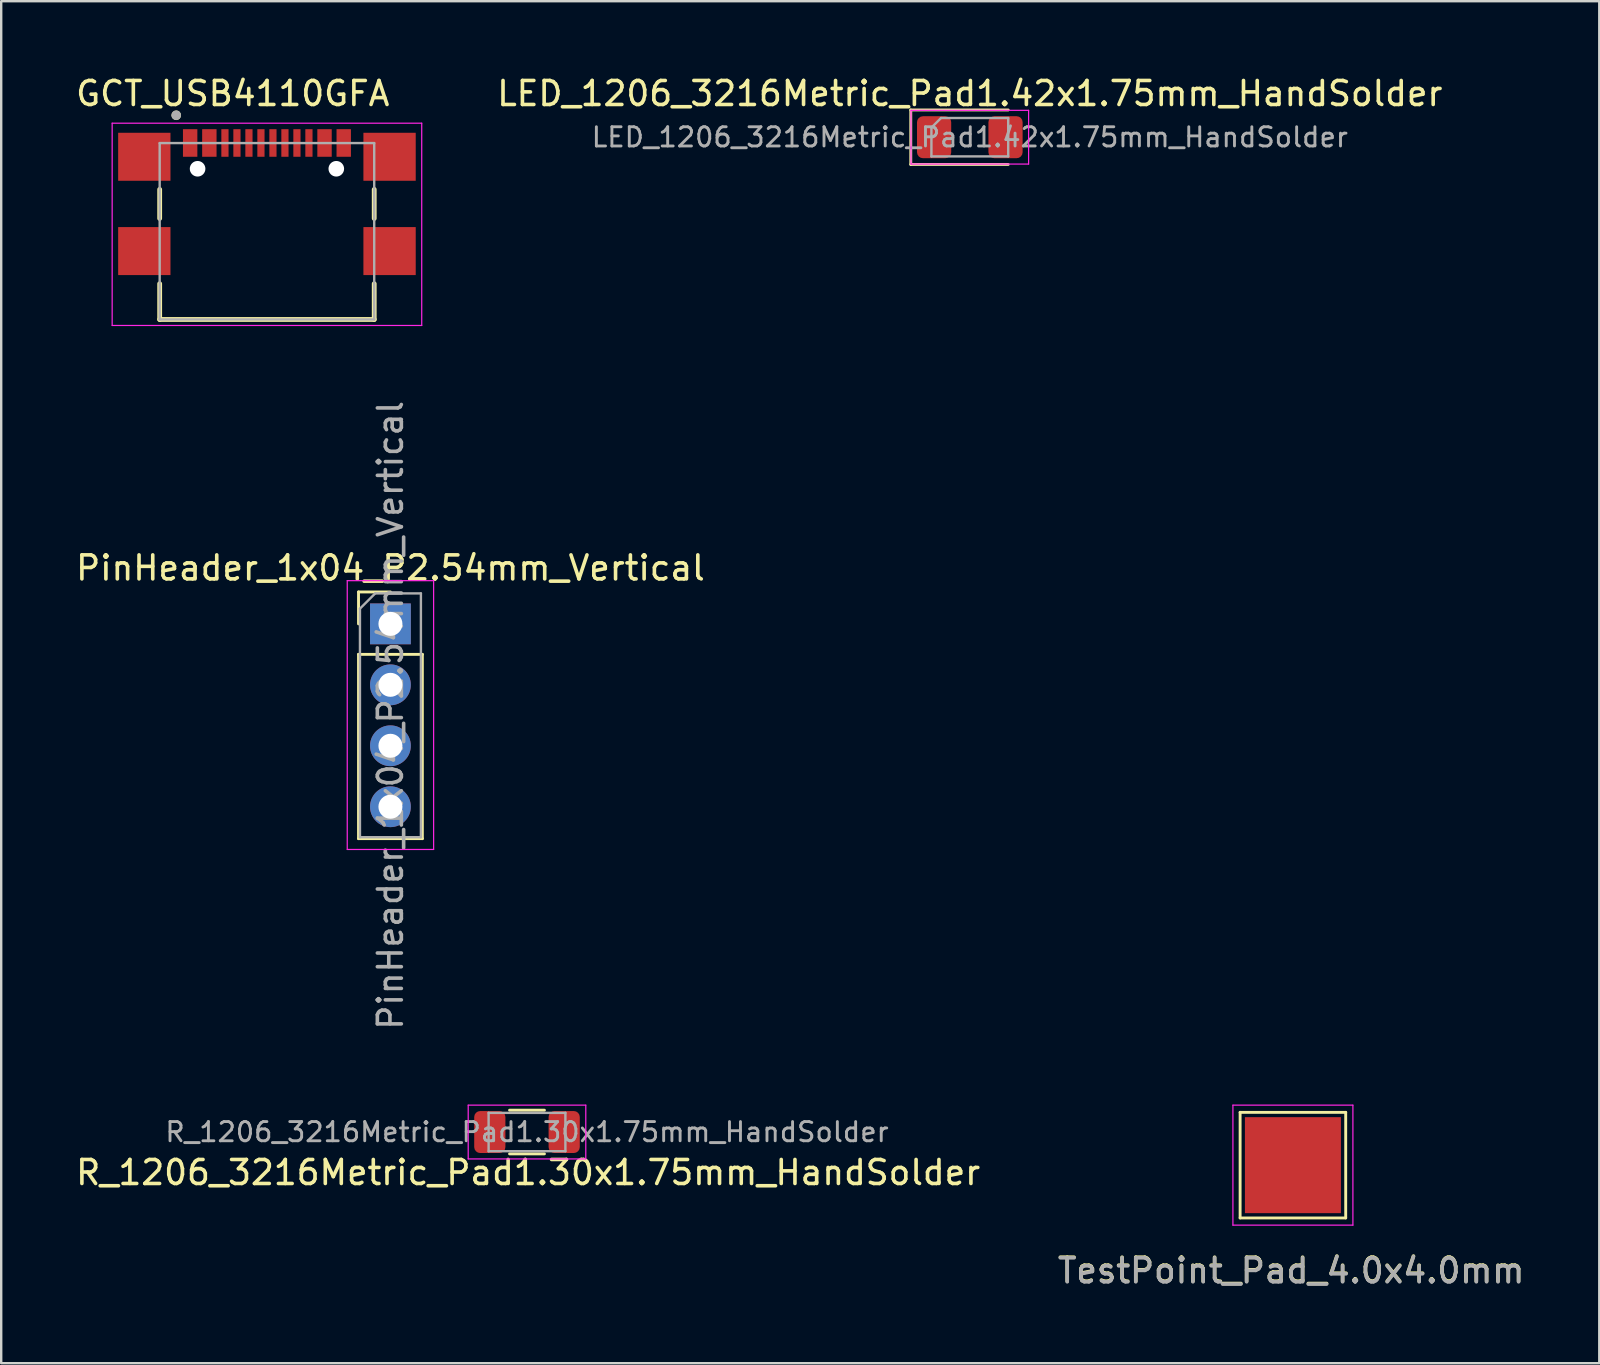
<source format=kicad_pcb>
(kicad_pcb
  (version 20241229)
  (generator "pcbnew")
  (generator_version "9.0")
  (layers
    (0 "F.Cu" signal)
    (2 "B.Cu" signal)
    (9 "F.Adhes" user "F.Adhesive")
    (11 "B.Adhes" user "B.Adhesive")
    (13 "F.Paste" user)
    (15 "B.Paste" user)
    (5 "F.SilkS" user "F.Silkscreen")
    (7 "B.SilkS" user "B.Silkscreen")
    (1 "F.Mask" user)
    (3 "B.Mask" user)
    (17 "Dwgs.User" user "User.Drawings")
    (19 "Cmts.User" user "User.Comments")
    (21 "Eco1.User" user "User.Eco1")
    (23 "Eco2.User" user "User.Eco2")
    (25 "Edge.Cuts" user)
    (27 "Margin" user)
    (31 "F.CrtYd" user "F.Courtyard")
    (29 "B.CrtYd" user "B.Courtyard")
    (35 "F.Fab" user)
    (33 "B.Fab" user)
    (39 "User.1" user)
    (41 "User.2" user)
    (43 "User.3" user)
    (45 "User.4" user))
  (footprint "GCT_USB4110GFA"
    (layer "F.Cu")
    (at 8.074 3.983)
    (property "Reference" "GCT_USB4110GFA" (at -1.425 -3.135 0) (layer "F.SilkS") (effects (font (size 1 1) (thickness 0.15))))
    (attr smd)
    (fp_line (start -4.47 0.86) (end -4.47 2.07) (stroke (width 0.2) (type solid)) (layer "F.SilkS"))
    (fp_line (start -4.47 4.79) (end -4.47 6.28) (stroke (width 0.2) (type solid)) (layer "F.SilkS"))
    (fp_line (start -4.47 6.28) (end 4.47 6.28) (stroke (width 0.2) (type solid)) (layer "F.SilkS"))
    (fp_line (start 4.47 0.86) (end 4.47 2.07) (stroke (width 0.2) (type solid)) (layer "F.SilkS"))
    (fp_line (start 4.47 6.28) (end 4.47 4.79) (stroke (width 0.2) (type solid)) (layer "F.SilkS"))
    (fp_circle (center -3.78 -2.23) (end -3.68 -2.23) (stroke (width 0.2) (type solid)) (fill no) (layer "F.SilkS"))
    (fp_line (start -6.45 -1.9) (end 6.45 -1.9) (stroke (width 0.05) (type solid)) (layer "F.CrtYd"))
    (fp_line (start -6.45 6.53) (end -6.45 -1.9) (stroke (width 0.05) (type solid)) (layer "F.CrtYd"))
    (fp_line (start 6.45 -1.9) (end 6.45 6.53) (stroke (width 0.05) (type solid)) (layer "F.CrtYd"))
    (fp_line (start 6.45 6.53) (end -6.45 6.53) (stroke (width 0.05) (type solid)) (layer "F.CrtYd"))
    (fp_line (start -4.47 -1.07) (end -4.47 6.28) (stroke (width 0.1) (type solid)) (layer "F.Fab"))
    (fp_line (start -4.47 6.28) (end 4.47 6.28) (stroke (width 0.1) (type solid)) (layer "F.Fab"))
    (fp_line (start 4.47 -1.07) (end -4.47 -1.07) (stroke (width 0.1) (type solid)) (layer "F.Fab"))
    (fp_line (start 4.47 6.28) (end 4.47 -1.07) (stroke (width 0.1) (type solid)) (layer "F.Fab"))
    (fp_circle (center -3.78 -2.23) (end -3.68 -2.23) (stroke (width 0.2) (type solid)) (fill no) (layer "F.Fab"))
    (pad "" np_thru_hole circle (at -2.89 0) (size 0.65 0.65) (drill 0.65) (layers "*.Cu" "*.Mask"))
    (pad "" np_thru_hole circle (at 2.89 0) (size 0.65 0.65) (drill 0.65) (layers "*.Cu" "*.Mask"))
    (pad "A1/B12" smd rect (at -3.2 -1.075) (size 0.6 1.15) (layers "F.Cu" "F.Mask" "F.Paste"))
    (pad "A4/B9" smd rect (at -2.4 -1.075) (size 0.6 1.15) (layers "F.Cu" "F.Mask" "F.Paste"))
    (pad "A5" smd rect (at -1.25 -1.075) (size 0.3 1.15) (layers "F.Cu" "F.Mask" "F.Paste"))
    (pad "A6" smd rect (at -0.25 -1.075) (size 0.3 1.15) (layers "F.Cu" "F.Mask" "F.Paste"))
    (pad "A7" smd rect (at 0.25 -1.075) (size 0.3 1.15) (layers "F.Cu" "F.Mask" "F.Paste"))
    (pad "A8" smd rect (at 1.25 -1.075) (size 0.3 1.15) (layers "F.Cu" "F.Mask" "F.Paste"))
    (pad "B1/A12" smd rect (at 3.2 -1.075) (size 0.6 1.15) (layers "F.Cu" "F.Mask" "F.Paste"))
    (pad "B4/A9" smd rect (at 2.4 -1.075) (size 0.6 1.15) (layers "F.Cu" "F.Mask" "F.Paste"))
    (pad "B5" smd rect (at 1.75 -1.075) (size 0.3 1.15) (layers "F.Cu" "F.Mask" "F.Paste"))
    (pad "B6" smd rect (at 0.75 -1.075) (size 0.3 1.15) (layers "F.Cu" "F.Mask" "F.Paste"))
    (pad "B7" smd rect (at -0.75 -1.075) (size 0.3 1.15) (layers "F.Cu" "F.Mask" "F.Paste"))
    (pad "B8" smd rect (at -1.75 -1.075) (size 0.3 1.15) (layers "F.Cu" "F.Mask" "F.Paste"))
    (pad "S1" smd rect (at -5.11 -0.5) (size 2.18 2) (layers "F.Cu" "F.Mask" "F.Paste"))
    (pad "S2" smd rect (at 5.11 -0.5) (size 2.18 2) (layers "F.Cu" "F.Mask" "F.Paste"))
    (pad "S3" smd rect (at -5.11 3.43) (size 2.18 2) (layers "F.Cu" "F.Mask" "F.Paste"))
    (pad "S4" smd rect (at 5.11 3.43) (size 2.18 2) (layers "F.Cu" "F.Mask" "F.Paste")))
  (footprint "PinHeader_1x04_P2.54mm_Vertical"
    (layer "F.Cu")
    (at 13.22 22.948)
    (property "Reference" "PinHeader_1x04_P2.54mm_Vertical" (at 0 -2.33 0) (layer "F.SilkS") (effects (font (size 1 1) (thickness 0.15))))
    (attr through_hole)
    (fp_line (start -1.33 -1.33) (end 0 -1.33) (stroke (width 0.12) (type solid)) (layer "F.SilkS"))
    (fp_line (start -1.33 0) (end -1.33 -1.33) (stroke (width 0.12) (type solid)) (layer "F.SilkS"))
    (fp_line (start -1.33 1.27) (end -1.33 8.95) (stroke (width 0.12) (type solid)) (layer "F.SilkS"))
    (fp_line (start -1.33 1.27) (end 1.33 1.27) (stroke (width 0.12) (type solid)) (layer "F.SilkS"))
    (fp_line (start -1.33 8.95) (end 1.33 8.95) (stroke (width 0.12) (type solid)) (layer "F.SilkS"))
    (fp_line (start 1.33 1.27) (end 1.33 8.95) (stroke (width 0.12) (type solid)) (layer "F.SilkS"))
    (fp_line (start -1.8 -1.8) (end -1.8 9.4) (stroke (width 0.05) (type solid)) (layer "F.CrtYd"))
    (fp_line (start -1.8 9.4) (end 1.8 9.4) (stroke (width 0.05) (type solid)) (layer "F.CrtYd"))
    (fp_line (start 1.8 -1.8) (end -1.8 -1.8) (stroke (width 0.05) (type solid)) (layer "F.CrtYd"))
    (fp_line (start 1.8 9.4) (end 1.8 -1.8) (stroke (width 0.05) (type solid)) (layer "F.CrtYd"))
    (fp_line (start -1.27 -0.635) (end -0.635 -1.27) (stroke (width 0.1) (type solid)) (layer "F.Fab"))
    (fp_line (start -1.27 8.89) (end -1.27 -0.635) (stroke (width 0.1) (type solid)) (layer "F.Fab"))
    (fp_line (start -0.635 -1.27) (end 1.27 -1.27) (stroke (width 0.1) (type solid)) (layer "F.Fab"))
    (fp_line (start 1.27 -1.27) (end 1.27 8.89) (stroke (width 0.1) (type solid)) (layer "F.Fab"))
    (fp_line (start 1.27 8.89) (end -1.27 8.89) (stroke (width 0.1) (type solid)) (layer "F.Fab"))
    (fp_text user "${REFERENCE}" (at 0 3.81 270) (layer "F.Fab") (effects (font (size 1 1) (thickness 0.15))))
    (pad "1" thru_hole rect (at 0 0) (size 1.7 1.7) (drill 1) (layers "*.Cu" "*.Mask"))
    (pad "2" thru_hole oval (at 0 2.54) (size 1.7 1.7) (drill 1) (layers "*.Cu" "*.Mask"))
    (pad "3" thru_hole oval (at 0 5.08) (size 1.7 1.7) (drill 1) (layers "*.Cu" "*.Mask"))
    (pad "4" thru_hole oval (at 0 7.62) (size 1.7 1.7) (drill 1) (layers "*.Cu" "*.Mask")))
  (footprint "R_1206_3216Metric_Pad1.30x1.75mm_HandSolder"
    (layer "F.Cu")
    (at 18.911 44.124)
    (property "Reference" "R_1206_3216Metric_Pad1.30x1.75mm_HandSolder" (at 0.047 1.688 0) (layer "F.SilkS") (effects (font (size 1 1) (thickness 0.15))))
    (attr smd)
    (fp_line (start -0.727 -0.91) (end 0.727 -0.91) (stroke (width 0.12) (type solid)) (layer "F.SilkS"))
    (fp_line (start -0.727 0.91) (end 0.727 0.91) (stroke (width 0.12) (type solid)) (layer "F.SilkS"))
    (fp_line (start -2.45 -1.12) (end 2.45 -1.12) (stroke (width 0.05) (type solid)) (layer "F.CrtYd"))
    (fp_line (start -2.45 1.12) (end -2.45 -1.12) (stroke (width 0.05) (type solid)) (layer "F.CrtYd"))
    (fp_line (start 2.45 -1.12) (end 2.45 1.12) (stroke (width 0.05) (type solid)) (layer "F.CrtYd"))
    (fp_line (start 2.45 1.12) (end -2.45 1.12) (stroke (width 0.05) (type solid)) (layer "F.CrtYd"))
    (fp_line (start -1.6 -0.8) (end 1.6 -0.8) (stroke (width 0.1) (type solid)) (layer "F.Fab"))
    (fp_line (start -1.6 0.8) (end -1.6 -0.8) (stroke (width 0.1) (type solid)) (layer "F.Fab"))
    (fp_line (start 1.6 -0.8) (end 1.6 0.8) (stroke (width 0.1) (type solid)) (layer "F.Fab"))
    (fp_line (start 1.6 0.8) (end -1.6 0.8) (stroke (width 0.1) (type solid)) (layer "F.Fab"))
    (fp_text user "${REFERENCE}" (at 0 0 0) (layer "F.Fab") (effects (font (size 0.8 0.8) (thickness 0.12))))
    (pad "1" smd roundrect (at -1.55 0) (size 1.3 1.75) (layers "F.Cu" "F.Mask" "F.Paste") (roundrect_rratio 0.192))
    (pad "2" smd roundrect (at 1.55 0) (size 1.3 1.75) (layers "F.Cu" "F.Mask" "F.Paste") (roundrect_rratio 0.192)))
  (footprint "TestPoint_Pad_4.0x4.0mm"
    (layer "F.Cu")
    (at 50.828 45.504)
    (property "Reference" "TestPoint_Pad_4.0x4.0mm" (at -0.072 4.382 0) (layer "F.SilkS") (effects (font (size 1 1) (thickness 0.15))))
    (attr exclude_from_pos_files)
    (fp_line (start -2.2 -2.2) (end 2.2 -2.2) (stroke (width 0.12) (type solid)) (layer "F.SilkS"))
    (fp_line (start -2.2 2.2) (end -2.2 -2.2) (stroke (width 0.12) (type solid)) (layer "F.SilkS"))
    (fp_line (start 2.2 -2.2) (end 2.2 2.2) (stroke (width 0.12) (type solid)) (layer "F.SilkS"))
    (fp_line (start 2.2 2.2) (end -2.2 2.2) (stroke (width 0.12) (type solid)) (layer "F.SilkS"))
    (fp_line (start -2.5 -2.5) (end -2.5 2.5) (stroke (width 0.05) (type solid)) (layer "F.CrtYd"))
    (fp_line (start -2.5 -2.5) (end 2.5 -2.5) (stroke (width 0.05) (type solid)) (layer "F.CrtYd"))
    (fp_line (start 2.5 2.5) (end -2.5 2.5) (stroke (width 0.05) (type solid)) (layer "F.CrtYd"))
    (fp_line (start 2.5 2.5) (end 2.5 -2.5) (stroke (width 0.05) (type solid)) (layer "F.CrtYd"))
    (fp_text user "${REFERENCE}" (at -0.072 4.406 0) (layer "F.Fab") (effects (font (size 1 1) (thickness 0.15))))
    (pad "1" smd rect (at 0 0) (size 4 4) (layers "F.Cu" "F.Mask")))
  (footprint "LED_1206_3216Metric_Pad1.42x1.75mm_HandSolder"
    (layer "F.Cu")
    (at 37.364 2.668)
    (property "Reference" "LED_1206_3216Metric_Pad1.42x1.75mm_HandSolder" (at 0 -1.82 180) (layer "F.SilkS") (effects (font (size 1 1) (thickness 0.15))))
    (attr smd)
    (fp_line (start -2.46 -1.135) (end -2.46 1.135) (stroke (width 0.12) (type solid)) (layer "F.SilkS"))
    (fp_line (start -2.46 1.135) (end 1.6 1.135) (stroke (width 0.12) (type solid)) (layer "F.SilkS"))
    (fp_line (start 1.6 -1.135) (end -2.46 -1.135) (stroke (width 0.12) (type solid)) (layer "F.SilkS"))
    (fp_line (start -2.45 -1.12) (end 2.45 -1.12) (stroke (width 0.05) (type solid)) (layer "F.CrtYd"))
    (fp_line (start -2.45 1.12) (end -2.45 -1.12) (stroke (width 0.05) (type solid)) (layer "F.CrtYd"))
    (fp_line (start 2.45 -1.12) (end 2.45 1.12) (stroke (width 0.05) (type solid)) (layer "F.CrtYd"))
    (fp_line (start 2.45 1.12) (end -2.45 1.12) (stroke (width 0.05) (type solid)) (layer "F.CrtYd"))
    (fp_line (start -1.6 -0.4) (end -1.6 0.8) (stroke (width 0.1) (type solid)) (layer "F.Fab"))
    (fp_line (start -1.6 0.8) (end 1.6 0.8) (stroke (width 0.1) (type solid)) (layer "F.Fab"))
    (fp_line (start -1.2 -0.8) (end -1.6 -0.4) (stroke (width 0.1) (type solid)) (layer "F.Fab"))
    (fp_line (start 1.6 -0.8) (end -1.2 -0.8) (stroke (width 0.1) (type solid)) (layer "F.Fab"))
    (fp_line (start 1.6 0.8) (end 1.6 -0.8) (stroke (width 0.1) (type solid)) (layer "F.Fab"))
    (fp_text user "${REFERENCE}" (at 0 0 180) (layer "F.Fab") (effects (font (size 0.8 0.8) (thickness 0.12))))
    (pad "1" smd roundrect (at -1.488 0) (size 1.425 1.75) (layers "F.Cu" "F.Mask" "F.Paste") (roundrect_rratio 0.175))
    (pad "2" smd roundrect (at 1.488 0) (size 1.425 1.75) (layers "F.Cu" "F.Mask" "F.Paste") (roundrect_rratio 0.175)))
  (gr_rect
    (start -3 -3)
    (end 63.595 53.758)
    (stroke (width 0.1) (type default))
    (fill no)
    (layer "Edge.Cuts")))
</source>
